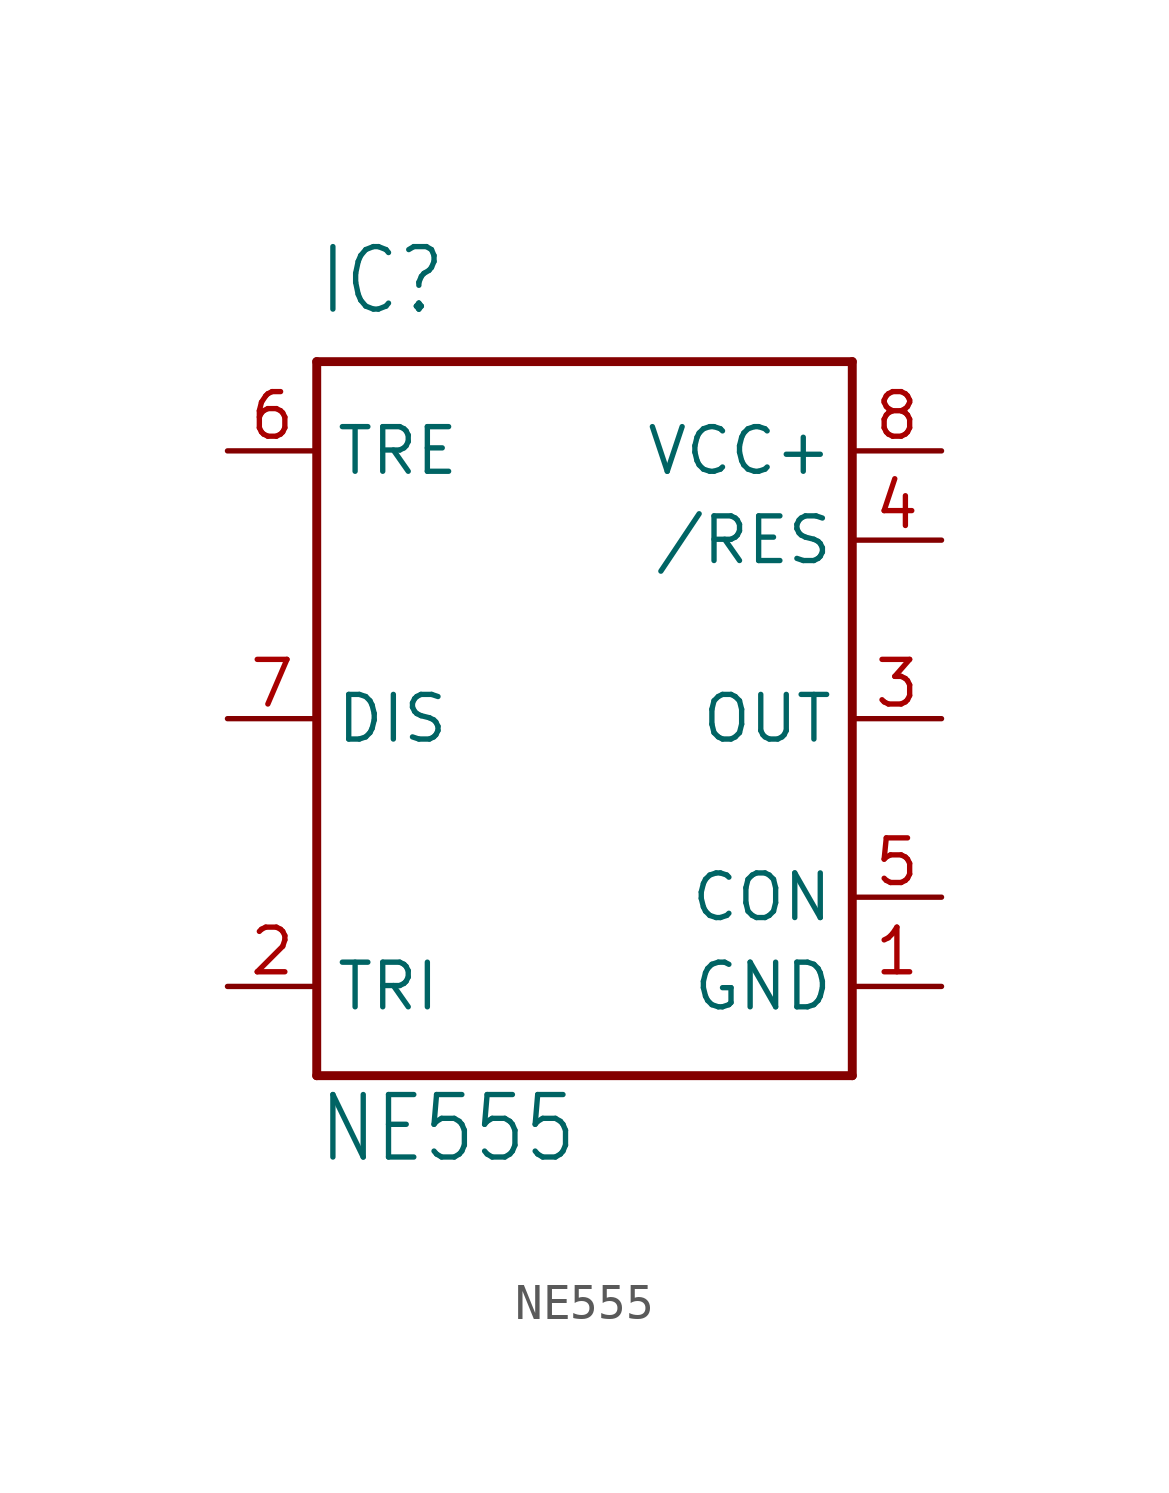
<source format=kicad_sym>
(kicad_symbol_lib
  (version 20211014)
  (generator kicad_symbol_editor)
  (symbol "NE555"
    (property "Reference" "IC"
      (at -7.62 11.43 0)
      (effects (font (size 1.778 1.511)) (justify left bottom)))
    (property "Value" "NE555"
      (at -7.62 -12.7 0)
      (effects (font (size 1.778 1.511)) (justify left bottom)))
    (property "ki_locked" ""
      (at 0 0 0)
      (effects (font (size 1.27 1.27))))
    (symbol "NE555_1_0"
      (polyline (pts (xy -7.62 -10.16) (xy 7.62 -10.16)) (stroke (width 0.254) (type default) (color 0 0 0 0)) (fill (type none)))
      (polyline (pts (xy -7.62 10.16) (xy -7.62 -10.16)) (stroke (width 0.254) (type default) (color 0 0 0 0)) (fill (type none)))
      (polyline (pts (xy 7.62 -10.16) (xy 7.62 10.16)) (stroke (width 0.254) (type default) (color 0 0 0 0)) (fill (type none)))
      (polyline (pts (xy 7.62 10.16) (xy -7.62 10.16)) (stroke (width 0.254) (type default) (color 0 0 0 0)) (fill (type none)))
      (pin power_in line (at 10.16 -7.62 180) (length 2.54) (name "GND" (effects (font (size 1.27 1.27)))) (number "1" (effects (font (size 1.27 1.27)))))
      (pin input line (at -10.16 -7.62 0) (length 2.54) (name "TRI" (effects (font (size 1.27 1.27)))) (number "2" (effects (font (size 1.27 1.27)))))
      (pin output line (at 10.16 0 180) (length 2.54) (name "OUT" (effects (font (size 1.27 1.27)))) (number "3" (effects (font (size 1.27 1.27)))))
      (pin input line (at 10.16 5.08 180) (length 2.54) (name "/RES" (effects (font (size 1.27 1.27)))) (number "4" (effects (font (size 1.27 1.27)))))
      (pin input line (at 10.16 -5.08 180) (length 2.54) (name "CON" (effects (font (size 1.27 1.27)))) (number "5" (effects (font (size 1.27 1.27)))))
      (pin input line (at -10.16 7.62 0) (length 2.54) (name "TRE" (effects (font (size 1.27 1.27)))) (number "6" (effects (font (size 1.27 1.27)))))
      (pin input line (at -10.16 0 0) (length 2.54) (name "DIS" (effects (font (size 1.27 1.27)))) (number "7" (effects (font (size 1.27 1.27)))))
      (pin power_in line (at 10.16 7.62 180) (length 2.54) (name "VCC+" (effects (font (size 1.27 1.27)))) (number "8" (effects (font (size 1.27 1.27))))))))
</source>
